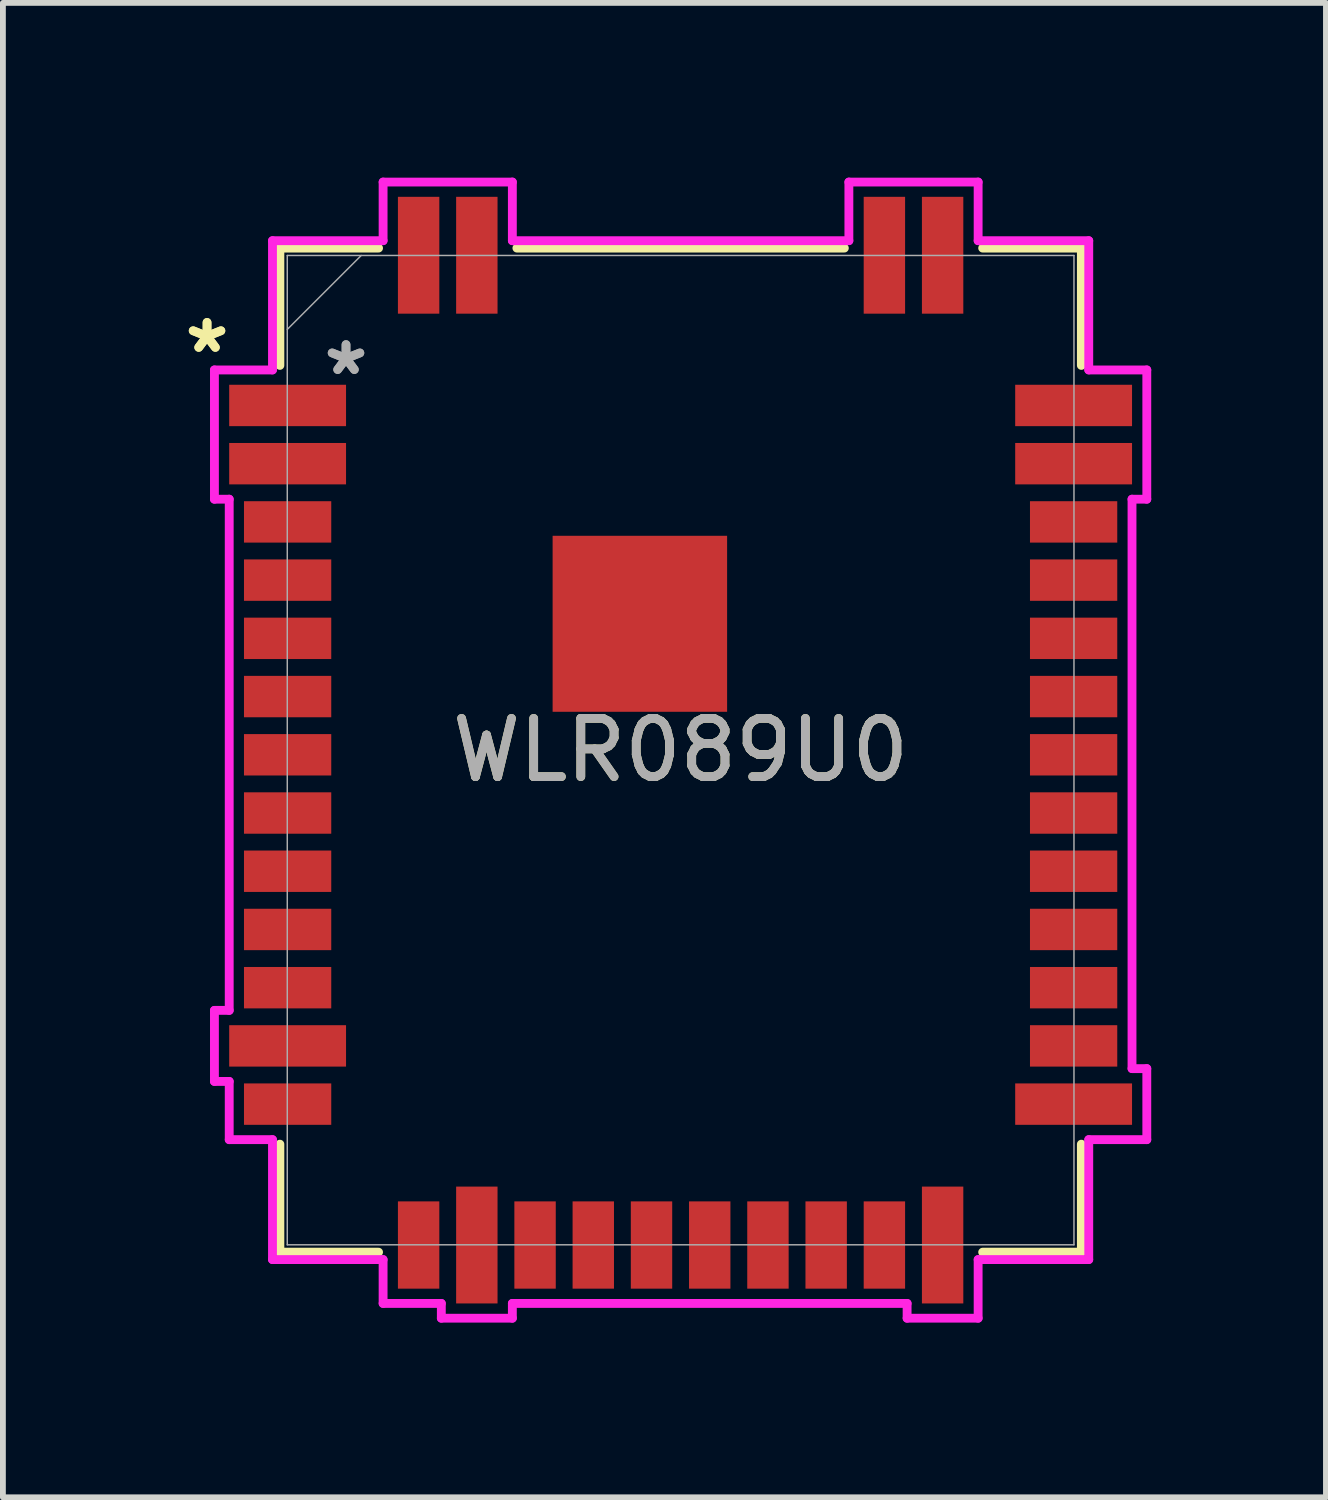
<source format=kicad_pcb>
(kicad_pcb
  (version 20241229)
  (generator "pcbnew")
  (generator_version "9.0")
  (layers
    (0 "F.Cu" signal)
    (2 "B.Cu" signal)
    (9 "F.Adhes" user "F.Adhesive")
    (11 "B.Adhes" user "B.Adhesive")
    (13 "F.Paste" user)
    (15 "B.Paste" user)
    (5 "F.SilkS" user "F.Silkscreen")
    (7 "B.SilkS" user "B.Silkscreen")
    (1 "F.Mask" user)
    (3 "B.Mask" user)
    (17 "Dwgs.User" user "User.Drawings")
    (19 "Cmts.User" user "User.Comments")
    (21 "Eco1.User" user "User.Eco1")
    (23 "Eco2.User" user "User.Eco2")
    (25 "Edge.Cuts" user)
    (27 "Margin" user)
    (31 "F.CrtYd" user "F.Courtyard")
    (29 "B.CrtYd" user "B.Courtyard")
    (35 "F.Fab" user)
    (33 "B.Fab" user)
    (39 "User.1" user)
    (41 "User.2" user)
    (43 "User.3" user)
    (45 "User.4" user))
  (footprint "WLR089U0"
    (layer "F.Cu")
    (at 8.64 9.834)
    (property "Reference" "WLR089U0" (at 0 0 0) (unlocked yes) (layer "F.SilkS") (effects (font (size 1 1) (thickness 0.15))))
    (attr smd)
    (fp_line (start -6.883 -8.623) (end -6.883 -6.608) (stroke (width 0.152) (type solid)) (layer "F.SilkS"))
    (fp_line (start -6.883 6.768) (end -6.883 8.623) (stroke (width 0.152) (type solid)) (layer "F.SilkS"))
    (fp_line (start -6.883 8.623) (end -5.188 8.623) (stroke (width 0.152) (type solid)) (layer "F.SilkS"))
    (fp_line (start -5.188 -8.623) (end -6.883 -8.623) (stroke (width 0.152) (type solid)) (layer "F.SilkS"))
    (fp_line (start 2.812 -8.623) (end -2.812 -8.623) (stroke (width 0.152) (type solid)) (layer "F.SilkS"))
    (fp_line (start 5.188 8.623) (end 6.883 8.623) (stroke (width 0.152) (type solid)) (layer "F.SilkS"))
    (fp_line (start 6.883 -8.623) (end 5.188 -8.623) (stroke (width 0.152) (type solid)) (layer "F.SilkS"))
    (fp_line (start 6.883 -6.608) (end 6.883 -8.623) (stroke (width 0.152) (type solid)) (layer "F.SilkS"))
    (fp_line (start 6.883 8.623) (end 6.883 6.768) (stroke (width 0.152) (type solid)) (layer "F.SilkS"))
    (fp_poly (pts (xy -2.099 -3.581) (xy -2.099 -2.27) (xy -0.8 -2.27) (xy -0.8 -3.581)) (stroke (width 0) (type solid)) (fill yes) (layer "F.Paste"))
    (fp_poly (pts (xy -2.099 -2.07) (xy -2.099 -0.759) (xy -0.8 -0.759) (xy -0.8 -2.07)) (stroke (width 0) (type solid)) (fill yes) (layer "F.Paste"))
    (fp_poly (pts (xy -0.6 -3.581) (xy -0.6 -2.27) (xy 0.699 -2.27) (xy 0.699 -3.581)) (stroke (width 0) (type solid)) (fill yes) (layer "F.Paste"))
    (fp_poly (pts (xy -0.6 -2.07) (xy -0.6 -0.759) (xy 0.699 -0.759) (xy 0.699 -2.07)) (stroke (width 0) (type solid)) (fill yes) (layer "F.Paste"))
    (fp_line (start -8.007 -6.53) (end -8.007 -4.31) (stroke (width 0.152) (type solid)) (layer "F.CrtYd"))
    (fp_line (start -8.007 -4.31) (end -7.753 -4.31) (stroke (width 0.152) (type solid)) (layer "F.CrtYd"))
    (fp_line (start -8.007 4.47) (end -8.007 5.69) (stroke (width 0.152) (type solid)) (layer "F.CrtYd"))
    (fp_line (start -8.007 5.69) (end -7.753 5.69) (stroke (width 0.152) (type solid)) (layer "F.CrtYd"))
    (fp_line (start -7.753 -4.31) (end -7.753 4.47) (stroke (width 0.152) (type solid)) (layer "F.CrtYd"))
    (fp_line (start -7.753 4.47) (end -8.007 4.47) (stroke (width 0.152) (type solid)) (layer "F.CrtYd"))
    (fp_line (start -7.753 5.69) (end -7.753 6.69) (stroke (width 0.152) (type solid)) (layer "F.CrtYd"))
    (fp_line (start -7.753 6.69) (end -7.01 6.69) (stroke (width 0.152) (type solid)) (layer "F.CrtYd"))
    (fp_line (start -7.01 -8.75) (end -7.01 -6.53) (stroke (width 0.152) (type solid)) (layer "F.CrtYd"))
    (fp_line (start -7.01 -6.53) (end -8.007 -6.53) (stroke (width 0.152) (type solid)) (layer "F.CrtYd"))
    (fp_line (start -7.01 6.69) (end -7.01 8.75) (stroke (width 0.152) (type solid)) (layer "F.CrtYd"))
    (fp_line (start -7.01 8.75) (end -5.11 8.75) (stroke (width 0.152) (type solid)) (layer "F.CrtYd"))
    (fp_line (start -5.11 -9.757) (end -5.11 -8.75) (stroke (width 0.152) (type solid)) (layer "F.CrtYd"))
    (fp_line (start -5.11 -8.75) (end -7.01 -8.75) (stroke (width 0.152) (type solid)) (layer "F.CrtYd"))
    (fp_line (start -5.11 8.75) (end -5.11 9.503) (stroke (width 0.152) (type solid)) (layer "F.CrtYd"))
    (fp_line (start -5.11 9.503) (end -4.11 9.503) (stroke (width 0.152) (type solid)) (layer "F.CrtYd"))
    (fp_line (start -4.11 9.503) (end -4.11 9.757) (stroke (width 0.152) (type solid)) (layer "F.CrtYd"))
    (fp_line (start -4.11 9.757) (end -2.89 9.757) (stroke (width 0.152) (type solid)) (layer "F.CrtYd"))
    (fp_line (start -2.89 -9.757) (end -5.11 -9.757) (stroke (width 0.152) (type solid)) (layer "F.CrtYd"))
    (fp_line (start -2.89 -8.75) (end -2.89 -9.757) (stroke (width 0.152) (type solid)) (layer "F.CrtYd"))
    (fp_line (start -2.89 9.503) (end 3.89 9.503) (stroke (width 0.152) (type solid)) (layer "F.CrtYd"))
    (fp_line (start -2.89 9.757) (end -2.89 9.503) (stroke (width 0.152) (type solid)) (layer "F.CrtYd"))
    (fp_line (start 2.89 -9.757) (end 2.89 -8.75) (stroke (width 0.152) (type solid)) (layer "F.CrtYd"))
    (fp_line (start 2.89 -8.75) (end -2.89 -8.75) (stroke (width 0.152) (type solid)) (layer "F.CrtYd"))
    (fp_line (start 3.89 9.503) (end 3.89 9.757) (stroke (width 0.152) (type solid)) (layer "F.CrtYd"))
    (fp_line (start 3.89 9.757) (end 5.11 9.757) (stroke (width 0.152) (type solid)) (layer "F.CrtYd"))
    (fp_line (start 5.11 -9.757) (end 2.89 -9.757) (stroke (width 0.152) (type solid)) (layer "F.CrtYd"))
    (fp_line (start 5.11 -8.75) (end 5.11 -9.757) (stroke (width 0.152) (type solid)) (layer "F.CrtYd"))
    (fp_line (start 5.11 8.75) (end 7.01 8.75) (stroke (width 0.152) (type solid)) (layer "F.CrtYd"))
    (fp_line (start 5.11 9.757) (end 5.11 8.75) (stroke (width 0.152) (type solid)) (layer "F.CrtYd"))
    (fp_line (start 7.01 -8.75) (end 5.11 -8.75) (stroke (width 0.152) (type solid)) (layer "F.CrtYd"))
    (fp_line (start 7.01 -6.53) (end 7.01 -8.75) (stroke (width 0.152) (type solid)) (layer "F.CrtYd"))
    (fp_line (start 7.01 6.69) (end 8.007 6.69) (stroke (width 0.152) (type solid)) (layer "F.CrtYd"))
    (fp_line (start 7.01 8.75) (end 7.01 6.69) (stroke (width 0.152) (type solid)) (layer "F.CrtYd"))
    (fp_line (start 7.753 -4.31) (end 8.007 -4.31) (stroke (width 0.152) (type solid)) (layer "F.CrtYd"))
    (fp_line (start 7.753 5.47) (end 7.753 -4.31) (stroke (width 0.152) (type solid)) (layer "F.CrtYd"))
    (fp_line (start 8.007 -6.53) (end 7.01 -6.53) (stroke (width 0.152) (type solid)) (layer "F.CrtYd"))
    (fp_line (start 8.007 -4.31) (end 8.007 -6.53) (stroke (width 0.152) (type solid)) (layer "F.CrtYd"))
    (fp_line (start 8.007 5.47) (end 7.753 5.47) (stroke (width 0.152) (type solid)) (layer "F.CrtYd"))
    (fp_line (start 8.007 6.69) (end 8.007 5.47) (stroke (width 0.152) (type solid)) (layer "F.CrtYd"))
    (fp_line (start -6.756 -8.496) (end -6.756 8.496) (stroke (width 0.025) (type solid)) (layer "F.Fab"))
    (fp_line (start -6.756 -7.226) (end -5.486 -8.496) (stroke (width 0.025) (type solid)) (layer "F.Fab"))
    (fp_line (start -6.756 8.496) (end 6.756 8.496) (stroke (width 0.025) (type solid)) (layer "F.Fab"))
    (fp_line (start 6.756 -8.496) (end -6.756 -8.496) (stroke (width 0.025) (type solid)) (layer "F.Fab"))
    (fp_line (start 6.756 8.496) (end 6.756 -8.496) (stroke (width 0.025) (type solid)) (layer "F.Fab"))
    (fp_text user "*" (at -8.134 -6.801 0) (layer "F.SilkS") (effects (font (size 1 1) (thickness 0.15))))
    (fp_text user "*" (at -8.134 -6.801 0) (unlocked yes) (layer "F.SilkS") (effects (font (size 1 1) (thickness 0.15))))
    (fp_text user "*" (at -5.747 -6.42 0) (unlocked yes) (layer "F.Fab") (effects (font (size 1 1) (thickness 0.15))))
    (fp_text user "${REFERENCE}" (at 0 0 0) (unlocked yes) (layer "F.Fab") (effects (font (size 1 1) (thickness 0.15))))
    (fp_text user "*" (at -5.747 -6.42 0) (layer "F.Fab") (effects (font (size 1 1) (thickness 0.15))))
    (pad "1" smd rect (at -6.75 -5.92 90) (size 0.711 2.007) (layers "F.Cu" "F.Mask" "F.Paste"))
    (pad "2" smd rect (at -6.75 -4.92 90) (size 0.711 2.007) (layers "F.Cu" "F.Mask" "F.Paste"))
    (pad "3" smd rect (at -6.75 -3.92 90) (size 0.711 1.499) (layers "F.Cu" "F.Mask" "F.Paste"))
    (pad "4" smd rect (at -6.75 -2.92 90) (size 0.711 1.499) (layers "F.Cu" "F.Mask" "F.Paste"))
    (pad "5" smd rect (at -6.75 -1.92 90) (size 0.711 1.499) (layers "F.Cu" "F.Mask" "F.Paste"))
    (pad "6" smd rect (at -6.75 -0.92 90) (size 0.711 1.499) (layers "F.Cu" "F.Mask" "F.Paste"))
    (pad "7" smd rect (at -6.75 0.08 90) (size 0.711 1.499) (layers "F.Cu" "F.Mask" "F.Paste"))
    (pad "8" smd rect (at -6.75 1.08 90) (size 0.711 1.499) (layers "F.Cu" "F.Mask" "F.Paste"))
    (pad "9" smd rect (at -6.75 2.08 90) (size 0.711 1.499) (layers "F.Cu" "F.Mask" "F.Paste"))
    (pad "10" smd rect (at -6.75 3.08 90) (size 0.711 1.499) (layers "F.Cu" "F.Mask" "F.Paste"))
    (pad "11" smd rect (at -6.75 4.08 90) (size 0.711 1.499) (layers "F.Cu" "F.Mask" "F.Paste"))
    (pad "12" smd rect (at -6.75 5.08 90) (size 0.711 2.007) (layers "F.Cu" "F.Mask" "F.Paste"))
    (pad "13" smd rect (at -6.75 6.08 90) (size 0.711 1.499) (layers "F.Cu" "F.Mask" "F.Paste"))
    (pad "14" smd rect (at -4.5 8.5) (size 0.711 1.499) (layers "F.Cu" "F.Mask" "F.Paste"))
    (pad "15" smd rect (at -3.5 8.5) (size 0.711 2.007) (layers "F.Cu" "F.Mask" "F.Paste"))
    (pad "16" smd rect (at -2.5 8.5) (size 0.711 1.499) (layers "F.Cu" "F.Mask" "F.Paste"))
    (pad "17" smd rect (at -1.5 8.5) (size 0.711 1.499) (layers "F.Cu" "F.Mask" "F.Paste"))
    (pad "18" smd rect (at -0.5 8.5) (size 0.711 1.499) (layers "F.Cu" "F.Mask" "F.Paste"))
    (pad "19" smd rect (at 0.5 8.5) (size 0.711 1.499) (layers "F.Cu" "F.Mask" "F.Paste"))
    (pad "20" smd rect (at 1.5 8.5) (size 0.711 1.499) (layers "F.Cu" "F.Mask" "F.Paste"))
    (pad "21" smd rect (at 2.5 8.5) (size 0.711 1.499) (layers "F.Cu" "F.Mask" "F.Paste"))
    (pad "22" smd rect (at 3.5 8.5) (size 0.711 1.499) (layers "F.Cu" "F.Mask" "F.Paste"))
    (pad "23" smd rect (at 4.5 8.5) (size 0.711 2.007) (layers "F.Cu" "F.Mask" "F.Paste"))
    (pad "24" smd rect (at 6.75 6.08 90) (size 0.711 2.007) (layers "F.Cu" "F.Mask" "F.Paste"))
    (pad "25" smd rect (at 6.75 5.08 90) (size 0.711 1.499) (layers "F.Cu" "F.Mask" "F.Paste"))
    (pad "26" smd rect (at 6.75 4.08 90) (size 0.711 1.499) (layers "F.Cu" "F.Mask" "F.Paste"))
    (pad "27" smd rect (at 6.75 3.08 90) (size 0.711 1.499) (layers "F.Cu" "F.Mask" "F.Paste"))
    (pad "28" smd rect (at 6.75 2.08 90) (size 0.711 1.499) (layers "F.Cu" "F.Mask" "F.Paste"))
    (pad "29" smd rect (at 6.75 1.08 90) (size 0.711 1.499) (layers "F.Cu" "F.Mask" "F.Paste"))
    (pad "30" smd rect (at 6.75 0.08 90) (size 0.711 1.499) (layers "F.Cu" "F.Mask" "F.Paste"))
    (pad "31" smd rect (at 6.75 -0.92 90) (size 0.711 1.499) (layers "F.Cu" "F.Mask" "F.Paste"))
    (pad "32" smd rect (at 6.75 -1.92 90) (size 0.711 1.499) (layers "F.Cu" "F.Mask" "F.Paste"))
    (pad "33" smd rect (at 6.75 -2.92 90) (size 0.711 1.499) (layers "F.Cu" "F.Mask" "F.Paste"))
    (pad "34" smd rect (at 6.75 -3.92 90) (size 0.711 1.499) (layers "F.Cu" "F.Mask" "F.Paste"))
    (pad "35" smd rect (at 6.75 -4.92 90) (size 0.711 2.007) (layers "F.Cu" "F.Mask" "F.Paste"))
    (pad "36" smd rect (at 6.75 -5.92 90) (size 0.711 2.007) (layers "F.Cu" "F.Mask" "F.Paste"))
    (pad "37" smd rect (at 4.5 -8.5) (size 0.711 2.007) (layers "F.Cu" "F.Mask" "F.Paste"))
    (pad "38" smd rect (at 3.5 -8.5) (size 0.711 2.007) (layers "F.Cu" "F.Mask" "F.Paste"))
    (pad "39" smd rect (at -3.5 -8.5) (size 0.711 2.007) (layers "F.Cu" "F.Mask" "F.Paste"))
    (pad "40" smd rect (at -4.5 -8.5) (size 0.711 2.007) (layers "F.Cu" "F.Mask" "F.Paste"))
    (pad "41" smd rect (at -0.7 -2.17) (size 2.997 3.023) (layers "F.Cu" "F.Mask" "F.Paste")))
  (gr_rect
    (start -3 -3)
    (end 19.724 22.667)
    (stroke (width 0.1) (type default))
    (fill no)
    (layer "Edge.Cuts")))
</source>
